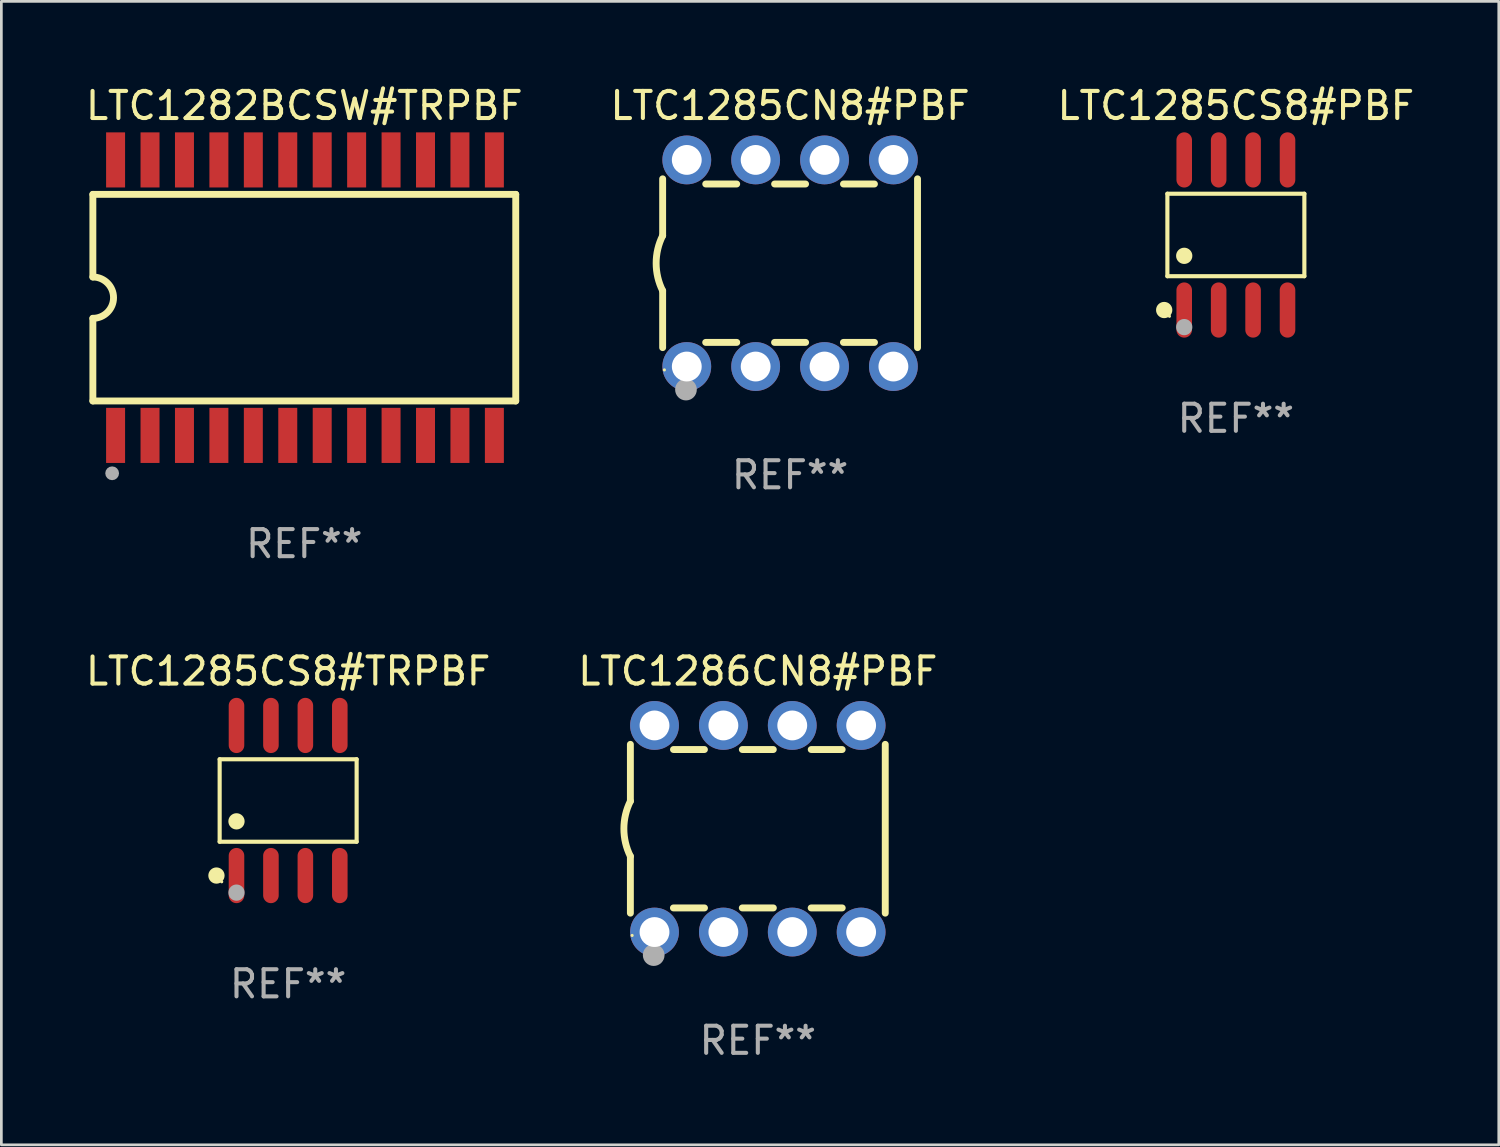
<source format=kicad_pcb>
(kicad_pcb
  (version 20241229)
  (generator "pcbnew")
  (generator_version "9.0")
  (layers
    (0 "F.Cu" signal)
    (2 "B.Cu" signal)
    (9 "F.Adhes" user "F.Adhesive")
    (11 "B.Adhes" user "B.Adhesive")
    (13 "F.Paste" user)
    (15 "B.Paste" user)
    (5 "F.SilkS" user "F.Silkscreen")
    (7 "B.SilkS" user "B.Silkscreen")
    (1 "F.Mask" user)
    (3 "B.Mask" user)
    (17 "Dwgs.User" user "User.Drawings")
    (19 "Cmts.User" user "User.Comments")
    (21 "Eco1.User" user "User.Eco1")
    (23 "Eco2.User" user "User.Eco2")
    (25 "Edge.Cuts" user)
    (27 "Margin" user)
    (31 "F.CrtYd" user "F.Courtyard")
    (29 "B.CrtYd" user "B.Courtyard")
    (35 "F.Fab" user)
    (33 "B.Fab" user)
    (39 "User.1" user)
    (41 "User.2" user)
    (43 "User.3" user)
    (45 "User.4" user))
  (footprint "LTC1282BCSW#TRPBF"
    (layer "F.Cu")
    (at 8.173 7.928)
    (property "Reference" "LTC1282BCSW#TRPBF" (at 0 -7.08 0) (layer "F.SilkS") (effects (font (size 1 1) (thickness 0.15))))
    (attr through_hole)
    (fp_line (start -7.798 -3.81) (end -7.798 -0.762) (stroke (width 0.254) (type solid)) (layer "F.SilkS"))
    (fp_line (start -7.798 3.81) (end -7.798 0.762) (stroke (width 0.254) (type solid)) (layer "F.SilkS"))
    (fp_line (start 7.798 -3.81) (end -7.798 -3.81) (stroke (width 0.254) (type solid)) (layer "F.SilkS"))
    (fp_line (start 7.798 3.81) (end -7.798 3.81) (stroke (width 0.254) (type solid)) (layer "F.SilkS"))
    (fp_line (start 7.798 3.81) (end 7.798 -3.81) (stroke (width 0.254) (type solid)) (layer "F.SilkS"))
    (fp_arc (start -7.797791 -0.762002) (mid -7.03579 -0.000001) (end -7.79779 0.762002) (stroke (width 0.254001) (type solid)) (layer "F.SilkS"))
    (fp_circle (center -7.825 3.75) (end -7.795 3.75) (stroke (width 0.06) (type solid)) (fill no) (layer "F.SilkS"))
    (fp_circle (center -7.087 6.477) (end -6.96 6.477) (stroke (width 0.254) (type solid)) (fill no) (layer "F.Fab"))
    (fp_text user "REF**" (at 0 9.08 0) (layer "F.Fab") (effects (font (size 1 1) (thickness 0.15))))
    (pad "1" smd rect (at -6.96 5.08 90) (size 2.032 0.7) (layers "F.Cu" "F.Mask" "F.Paste"))
    (pad "2" smd rect (at -5.69 5.08 90) (size 2.032 0.7) (layers "F.Cu" "F.Mask" "F.Paste"))
    (pad "3" smd rect (at -4.42 5.08 90) (size 2.032 0.7) (layers "F.Cu" "F.Mask" "F.Paste"))
    (pad "4" smd rect (at -3.15 5.08 90) (size 2.032 0.7) (layers "F.Cu" "F.Mask" "F.Paste"))
    (pad "5" smd rect (at -1.88 5.08 90) (size 2.032 0.7) (layers "F.Cu" "F.Mask" "F.Paste"))
    (pad "6" smd rect (at -0.61 5.08 90) (size 2.032 0.7) (layers "F.Cu" "F.Mask" "F.Paste"))
    (pad "7" smd rect (at 0.66 5.08 90) (size 2.032 0.7) (layers "F.Cu" "F.Mask" "F.Paste"))
    (pad "8" smd rect (at 1.93 5.08 90) (size 2.032 0.7) (layers "F.Cu" "F.Mask" "F.Paste"))
    (pad "9" smd rect (at 3.2 5.08 90) (size 2.032 0.7) (layers "F.Cu" "F.Mask" "F.Paste"))
    (pad "10" smd rect (at 4.47 5.08 90) (size 2.032 0.7) (layers "F.Cu" "F.Mask" "F.Paste"))
    (pad "11" smd rect (at 5.74 5.08 90) (size 2.032 0.7) (layers "F.Cu" "F.Mask" "F.Paste"))
    (pad "12" smd rect (at 7.01 5.08 90) (size 2.032 0.7) (layers "F.Cu" "F.Mask" "F.Paste"))
    (pad "13" smd rect (at 7.01 -5.08 90) (size 2.032 0.7) (layers "F.Cu" "F.Mask" "F.Paste"))
    (pad "14" smd rect (at 5.74 -5.08 90) (size 2.032 0.7) (layers "F.Cu" "F.Mask" "F.Paste"))
    (pad "15" smd rect (at 4.47 -5.08 90) (size 2.032 0.7) (layers "F.Cu" "F.Mask" "F.Paste"))
    (pad "16" smd rect (at 3.2 -5.08 90) (size 2.032 0.7) (layers "F.Cu" "F.Mask" "F.Paste"))
    (pad "17" smd rect (at 1.93 -5.08 90) (size 2.032 0.7) (layers "F.Cu" "F.Mask" "F.Paste"))
    (pad "18" smd rect (at 0.66 -5.08 90) (size 2.032 0.7) (layers "F.Cu" "F.Mask" "F.Paste"))
    (pad "19" smd rect (at -0.61 -5.08 90) (size 2.032 0.7) (layers "F.Cu" "F.Mask" "F.Paste"))
    (pad "20" smd rect (at -1.88 -5.08 90) (size 2.032 0.7) (layers "F.Cu" "F.Mask" "F.Paste"))
    (pad "21" smd rect (at -3.15 -5.08 90) (size 2.032 0.7) (layers "F.Cu" "F.Mask" "F.Paste"))
    (pad "22" smd rect (at -4.42 -5.08 90) (size 2.032 0.7) (layers "F.Cu" "F.Mask" "F.Paste"))
    (pad "23" smd rect (at -5.69 -5.08 90) (size 2.032 0.7) (layers "F.Cu" "F.Mask" "F.Paste"))
    (pad "24" smd rect (at -6.96 -5.08 90) (size 2.032 0.7) (layers "F.Cu" "F.Mask" "F.Paste")))
  (footprint "LTC1285CS8#PBF"
    (layer "F.Cu")
    (at 42.53 5.616)
    (property "Reference" "LTC1285CS8#PBF" (at 0 -4.768 0) (layer "F.SilkS") (effects (font (size 1 1) (thickness 0.15))))
    (attr through_hole)
    (fp_line (start -2.526 -1.521) (end 2.526 -1.521) (stroke (width 0.152) (type solid)) (layer "F.SilkS"))
    (fp_line (start -2.526 1.521) (end -2.526 -1.521) (stroke (width 0.152) (type solid)) (layer "F.SilkS"))
    (fp_line (start 2.526 -1.521) (end 2.526 1.521) (stroke (width 0.152) (type solid)) (layer "F.SilkS"))
    (fp_line (start 2.526 1.521) (end -2.526 1.521) (stroke (width 0.152) (type solid)) (layer "F.SilkS"))
    (fp_circle (center -2.644 2.768) (end -2.494 2.768) (stroke (width 0.3) (type solid)) (fill no) (layer "F.SilkS"))
    (fp_circle (center -2.45 2.998) (end -2.42 2.998) (stroke (width 0.06) (type solid)) (fill no) (layer "F.SilkS"))
    (fp_circle (center -1.905 0.769) (end -1.755 0.769) (stroke (width 0.3) (type solid)) (fill no) (layer "F.SilkS"))
    (fp_circle (center -1.905 3.398) (end -1.755 3.398) (stroke (width 0.3) (type solid)) (fill no) (layer "F.Fab"))
    (fp_text user "REF**" (at 0 6.768 0) (layer "F.Fab") (effects (font (size 1 1) (thickness 0.15))))
    (pad "1" smd oval (at -1.905 2.768) (size 0.574 2.036) (layers "F.Cu" "F.Mask" "F.Paste"))
    (pad "2" smd oval (at -0.635 2.768) (size 0.574 2.036) (layers "F.Cu" "F.Mask" "F.Paste"))
    (pad "3" smd oval (at 0.635 2.768) (size 0.574 2.036) (layers "F.Cu" "F.Mask" "F.Paste"))
    (pad "4" smd oval (at 1.905 2.768) (size 0.574 2.036) (layers "F.Cu" "F.Mask" "F.Paste"))
    (pad "5" smd oval (at 1.905 -2.768) (size 0.574 2.036) (layers "F.Cu" "F.Mask" "F.Paste"))
    (pad "6" smd oval (at 0.635 -2.768) (size 0.574 2.036) (layers "F.Cu" "F.Mask" "F.Paste"))
    (pad "7" smd oval (at -0.635 -2.768) (size 0.574 2.036) (layers "F.Cu" "F.Mask" "F.Paste"))
    (pad "8" smd oval (at -1.905 -2.768) (size 0.574 2.036) (layers "F.Cu" "F.Mask" "F.Paste")))
  (footprint "LTC1285CS8#TRPBF"
    (layer "F.Cu")
    (at 7.577 26.473)
    (property "Reference" "LTC1285CS8#TRPBF" (at 0 -4.768 0) (layer "F.SilkS") (effects (font (size 1 1) (thickness 0.15))))
    (attr through_hole)
    (fp_line (start -2.526 -1.521) (end 2.526 -1.521) (stroke (width 0.152) (type solid)) (layer "F.SilkS"))
    (fp_line (start -2.526 1.521) (end -2.526 -1.521) (stroke (width 0.152) (type solid)) (layer "F.SilkS"))
    (fp_line (start 2.526 -1.521) (end 2.526 1.521) (stroke (width 0.152) (type solid)) (layer "F.SilkS"))
    (fp_line (start 2.526 1.521) (end -2.526 1.521) (stroke (width 0.152) (type solid)) (layer "F.SilkS"))
    (fp_circle (center -2.644 2.768) (end -2.494 2.768) (stroke (width 0.3) (type solid)) (fill no) (layer "F.SilkS"))
    (fp_circle (center -2.45 2.998) (end -2.42 2.998) (stroke (width 0.06) (type solid)) (fill no) (layer "F.SilkS"))
    (fp_circle (center -1.905 0.769) (end -1.755 0.769) (stroke (width 0.3) (type solid)) (fill no) (layer "F.SilkS"))
    (fp_circle (center -1.905 3.398) (end -1.755 3.398) (stroke (width 0.3) (type solid)) (fill no) (layer "F.Fab"))
    (fp_text user "REF**" (at 0 6.768 0) (layer "F.Fab") (effects (font (size 1 1) (thickness 0.15))))
    (pad "1" smd oval (at -1.905 2.768) (size 0.574 2.036) (layers "F.Cu" "F.Mask" "F.Paste"))
    (pad "2" smd oval (at -0.635 2.768) (size 0.574 2.036) (layers "F.Cu" "F.Mask" "F.Paste"))
    (pad "3" smd oval (at 0.635 2.768) (size 0.574 2.036) (layers "F.Cu" "F.Mask" "F.Paste"))
    (pad "4" smd oval (at 1.905 2.768) (size 0.574 2.036) (layers "F.Cu" "F.Mask" "F.Paste"))
    (pad "5" smd oval (at 1.905 -2.768) (size 0.574 2.036) (layers "F.Cu" "F.Mask" "F.Paste"))
    (pad "6" smd oval (at 0.635 -2.768) (size 0.574 2.036) (layers "F.Cu" "F.Mask" "F.Paste"))
    (pad "7" smd oval (at -0.635 -2.768) (size 0.574 2.036) (layers "F.Cu" "F.Mask" "F.Paste"))
    (pad "8" smd oval (at -1.905 -2.768) (size 0.574 2.036) (layers "F.Cu" "F.Mask" "F.Paste")))
  (footprint "LTC1286CN8#PBF"
    (layer "F.Cu")
    (at 24.899 27.515)
    (property "Reference" "LTC1286CN8#PBF" (at 0 -5.81 0) (layer "F.SilkS") (effects (font (size 1 1) (thickness 0.15))))
    (attr through_hole)
    (fp_line (start -4.7 -1.017) (end -4.7 -3.113) (stroke (width 0.254) (type solid)) (layer "F.SilkS"))
    (fp_line (start -4.7 1.015) (end -4.7 3.113) (stroke (width 0.254) (type solid)) (layer "F.SilkS"))
    (fp_line (start -3.113 2.92) (end -1.967 2.92) (stroke (width 0.254) (type solid)) (layer "F.SilkS"))
    (fp_line (start -3.111 -2.922) (end -1.969 -2.922) (stroke (width 0.254) (type solid)) (layer "F.SilkS"))
    (fp_line (start -0.573 2.92) (end 0.573 2.92) (stroke (width 0.254) (type solid)) (layer "F.SilkS"))
    (fp_line (start -0.571 -2.922) (end 0.571 -2.922) (stroke (width 0.254) (type solid)) (layer "F.SilkS"))
    (fp_line (start 1.967 2.92) (end 3.113 2.92) (stroke (width 0.254) (type solid)) (layer "F.SilkS"))
    (fp_line (start 1.969 -2.922) (end 3.111 -2.922) (stroke (width 0.254) (type solid)) (layer "F.SilkS"))
    (fp_line (start 4.7 -3.113) (end 4.7 3.113) (stroke (width 0.254) (type solid)) (layer "F.SilkS"))
    (fp_arc (start -4.7 1.01524) (mid -4.939846 -0.000762) (end -4.7 -1.016764) (stroke (width 0.254001) (type solid)) (layer "F.SilkS"))
    (fp_circle (center -4.636 3.935) (end -4.606 3.935) (stroke (width 0.06) (type solid)) (fill no) (layer "F.SilkS"))
    (fp_circle (center -3.84 4.66) (end -3.64 4.66) (stroke (width 0.4) (type solid)) (fill no) (layer "F.Fab"))
    (fp_text user "REF**" (at 0 7.81 0) (layer "F.Fab") (effects (font (size 1 1) (thickness 0.15))))
    (pad "1" thru_hole circle (at -3.81 3.81) (size 1.8 1.8) (drill 1.1) (layers "*.Cu" "*.Mask"))
    (pad "2" thru_hole circle (at -1.27 3.81) (size 1.8 1.8) (drill 1.1) (layers "*.Cu" "*.Mask"))
    (pad "3" thru_hole circle (at 1.27 3.81) (size 1.8 1.8) (drill 1.1) (layers "*.Cu" "*.Mask"))
    (pad "4" thru_hole circle (at 3.81 3.81) (size 1.8 1.8) (drill 1.1) (layers "*.Cu" "*.Mask"))
    (pad "5" thru_hole circle (at 3.81 -3.81) (size 1.8 1.8) (drill 1.1) (layers "*.Cu" "*.Mask"))
    (pad "6" thru_hole circle (at 1.27 -3.81) (size 1.8 1.8) (drill 1.1) (layers "*.Cu" "*.Mask"))
    (pad "7" thru_hole circle (at -1.27 -3.81) (size 1.8 1.8) (drill 1.1) (layers "*.Cu" "*.Mask"))
    (pad "8" thru_hole circle (at -3.81 -3.81) (size 1.8 1.8) (drill 1.1) (layers "*.Cu" "*.Mask")))
  (footprint "LTC1285CN8#PBF"
    (layer "F.Cu")
    (at 26.089 6.658)
    (property "Reference" "LTC1285CN8#PBF" (at 0 -5.81 0) (layer "F.SilkS") (effects (font (size 1 1) (thickness 0.15))))
    (attr through_hole)
    (fp_line (start -4.7 -1.017) (end -4.7 -3.113) (stroke (width 0.254) (type solid)) (layer "F.SilkS"))
    (fp_line (start -4.7 1.015) (end -4.7 3.113) (stroke (width 0.254) (type solid)) (layer "F.SilkS"))
    (fp_line (start -3.113 2.92) (end -1.967 2.92) (stroke (width 0.254) (type solid)) (layer "F.SilkS"))
    (fp_line (start -3.111 -2.922) (end -1.969 -2.922) (stroke (width 0.254) (type solid)) (layer "F.SilkS"))
    (fp_line (start -0.573 2.92) (end 0.573 2.92) (stroke (width 0.254) (type solid)) (layer "F.SilkS"))
    (fp_line (start -0.571 -2.922) (end 0.571 -2.922) (stroke (width 0.254) (type solid)) (layer "F.SilkS"))
    (fp_line (start 1.967 2.92) (end 3.113 2.92) (stroke (width 0.254) (type solid)) (layer "F.SilkS"))
    (fp_line (start 1.969 -2.922) (end 3.111 -2.922) (stroke (width 0.254) (type solid)) (layer "F.SilkS"))
    (fp_line (start 4.7 -3.113) (end 4.7 3.113) (stroke (width 0.254) (type solid)) (layer "F.SilkS"))
    (fp_arc (start -4.7 1.01524) (mid -4.939846 -0.000762) (end -4.7 -1.016764) (stroke (width 0.254001) (type solid)) (layer "F.SilkS"))
    (fp_circle (center -4.636 3.935) (end -4.606 3.935) (stroke (width 0.06) (type solid)) (fill no) (layer "F.SilkS"))
    (fp_circle (center -3.84 4.66) (end -3.64 4.66) (stroke (width 0.4) (type solid)) (fill no) (layer "F.Fab"))
    (fp_text user "REF**" (at 0 7.81 0) (layer "F.Fab") (effects (font (size 1 1) (thickness 0.15))))
    (pad "1" thru_hole circle (at -3.81 3.81) (size 1.8 1.8) (drill 1.1) (layers "*.Cu" "*.Mask"))
    (pad "2" thru_hole circle (at -1.27 3.81) (size 1.8 1.8) (drill 1.1) (layers "*.Cu" "*.Mask"))
    (pad "3" thru_hole circle (at 1.27 3.81) (size 1.8 1.8) (drill 1.1) (layers "*.Cu" "*.Mask"))
    (pad "4" thru_hole circle (at 3.81 3.81) (size 1.8 1.8) (drill 1.1) (layers "*.Cu" "*.Mask"))
    (pad "5" thru_hole circle (at 3.81 -3.81) (size 1.8 1.8) (drill 1.1) (layers "*.Cu" "*.Mask"))
    (pad "6" thru_hole circle (at 1.27 -3.81) (size 1.8 1.8) (drill 1.1) (layers "*.Cu" "*.Mask"))
    (pad "7" thru_hole circle (at -1.27 -3.81) (size 1.8 1.8) (drill 1.1) (layers "*.Cu" "*.Mask"))
    (pad "8" thru_hole circle (at -3.81 -3.81) (size 1.8 1.8) (drill 1.1) (layers "*.Cu" "*.Mask")))
  (gr_rect
    (start -3 -3)
    (end 52.226 39.173)
    (stroke (width 0.1) (type default))
    (fill no)
    (layer "Edge.Cuts")))
</source>
